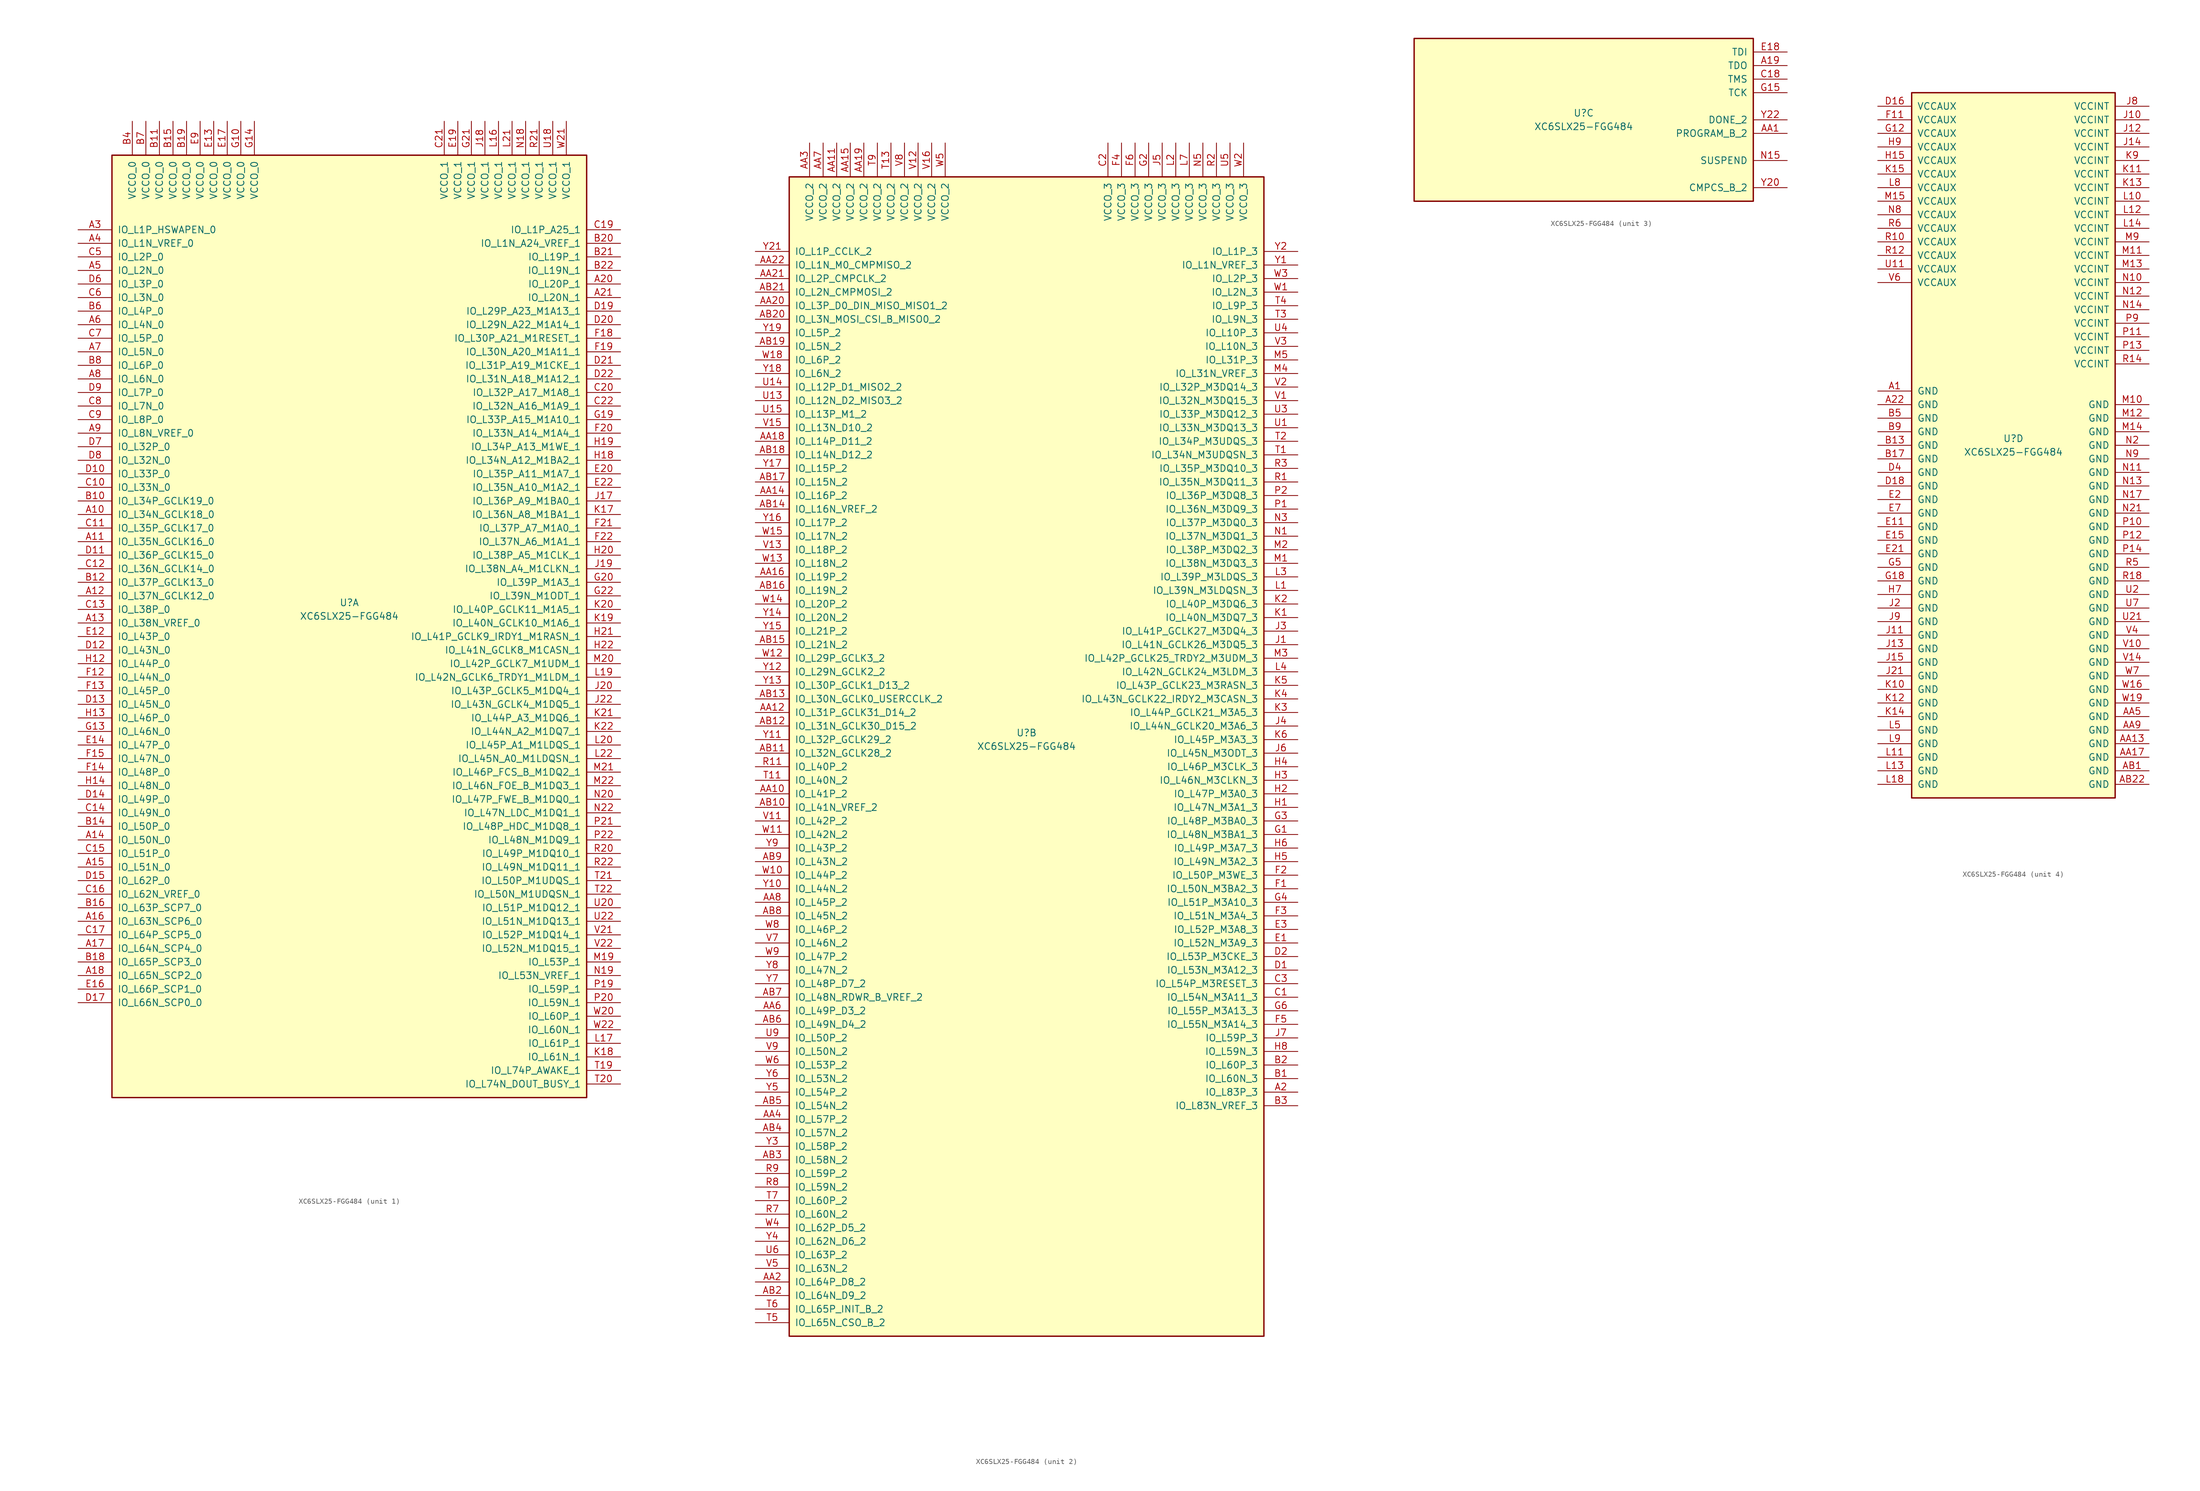
<source format=kicad_sym>
(kicad_symbol_lib
  (version 20201005)
  (generator kicad_symbol_editor)
  (symbol "FPGA_Xilinx_Spartan6:XC6SLX25-FGG484"
    (pin_names
      (offset 1.016))
    (property "Reference" "U"
      (at 0 1.27 0)
      (effects (font (size 1.27 1.27))))
    (property "Value" "XC6SLX25-FGG484"
      (at 0 -1.27 0)
      (effects (font (size 1.27 1.27))))
    (property "Datasheet" ""
      (at 0 0 0)
      (effects (font (size 1.27 1.27))))
    (property "ki_locked" ""
      (at 0 0 0)
      (effects (font (size 1.27 1.27))))
    (symbol "XC6SLX25-FGG484_1_1"
      (rectangle (start -44.45 85.09) (end 44.45 -91.44) (stroke (width 0.254)) (fill (type background)))
      (pin power_in line (at -40.64 91.44 270) (length 6.35) (name "VCCO_0" (effects (font (size 1.27 1.27)))) (number "B4" (effects (font (size 1.27 1.27)))))
      (pin power_in line (at -38.1 91.44 270) (length 6.35) (name "VCCO_0" (effects (font (size 1.27 1.27)))) (number "B7" (effects (font (size 1.27 1.27)))))
      (pin power_in line (at -35.56 91.44 270) (length 6.35) (name "VCCO_0" (effects (font (size 1.27 1.27)))) (number "B11" (effects (font (size 1.27 1.27)))))
      (pin power_in line (at -33.02 91.44 270) (length 6.35) (name "VCCO_0" (effects (font (size 1.27 1.27)))) (number "B15" (effects (font (size 1.27 1.27)))))
      (pin power_in line (at -30.48 91.44 270) (length 6.35) (name "VCCO_0" (effects (font (size 1.27 1.27)))) (number "B19" (effects (font (size 1.27 1.27)))))
      (pin power_in line (at -27.94 91.44 270) (length 6.35) (name "VCCO_0" (effects (font (size 1.27 1.27)))) (number "E9" (effects (font (size 1.27 1.27)))))
      (pin power_in line (at -25.4 91.44 270) (length 6.35) (name "VCCO_0" (effects (font (size 1.27 1.27)))) (number "E13" (effects (font (size 1.27 1.27)))))
      (pin power_in line (at -22.86 91.44 270) (length 6.35) (name "VCCO_0" (effects (font (size 1.27 1.27)))) (number "E17" (effects (font (size 1.27 1.27)))))
      (pin power_in line (at -20.32 91.44 270) (length 6.35) (name "VCCO_0" (effects (font (size 1.27 1.27)))) (number "G10" (effects (font (size 1.27 1.27)))))
      (pin power_in line (at -17.78 91.44 270) (length 6.35) (name "VCCO_0" (effects (font (size 1.27 1.27)))) (number "G14" (effects (font (size 1.27 1.27)))))
      (pin bidirectional line (at -50.8 71.12 0) (length 6.35) (name "IO_L1P_HSWAPEN_0" (effects (font (size 1.27 1.27)))) (number "A3" (effects (font (size 1.27 1.27)))))
      (pin bidirectional line (at -50.8 68.58 0) (length 6.35) (name "IO_L1N_VREF_0" (effects (font (size 1.27 1.27)))) (number "A4" (effects (font (size 1.27 1.27)))))
      (pin bidirectional line (at -50.8 66.04 0) (length 6.35) (name "IO_L2P_0" (effects (font (size 1.27 1.27)))) (number "C5" (effects (font (size 1.27 1.27)))))
      (pin bidirectional line (at -50.8 63.5 0) (length 6.35) (name "IO_L2N_0" (effects (font (size 1.27 1.27)))) (number "A5" (effects (font (size 1.27 1.27)))))
      (pin bidirectional line (at -50.8 60.96 0) (length 6.35) (name "IO_L3P_0" (effects (font (size 1.27 1.27)))) (number "D6" (effects (font (size 1.27 1.27)))))
      (pin bidirectional line (at -50.8 58.42 0) (length 6.35) (name "IO_L3N_0" (effects (font (size 1.27 1.27)))) (number "C6" (effects (font (size 1.27 1.27)))))
      (pin bidirectional line (at -50.8 55.88 0) (length 6.35) (name "IO_L4P_0" (effects (font (size 1.27 1.27)))) (number "B6" (effects (font (size 1.27 1.27)))))
      (pin bidirectional line (at -50.8 53.34 0) (length 6.35) (name "IO_L4N_0" (effects (font (size 1.27 1.27)))) (number "A6" (effects (font (size 1.27 1.27)))))
      (pin bidirectional line (at -50.8 50.8 0) (length 6.35) (name "IO_L5P_0" (effects (font (size 1.27 1.27)))) (number "C7" (effects (font (size 1.27 1.27)))))
      (pin bidirectional line (at -50.8 48.26 0) (length 6.35) (name "IO_L5N_0" (effects (font (size 1.27 1.27)))) (number "A7" (effects (font (size 1.27 1.27)))))
      (pin bidirectional line (at -50.8 45.72 0) (length 6.35) (name "IO_L6P_0" (effects (font (size 1.27 1.27)))) (number "B8" (effects (font (size 1.27 1.27)))))
      (pin bidirectional line (at -50.8 43.18 0) (length 6.35) (name "IO_L6N_0" (effects (font (size 1.27 1.27)))) (number "A8" (effects (font (size 1.27 1.27)))))
      (pin bidirectional line (at -50.8 40.64 0) (length 6.35) (name "IO_L7P_0" (effects (font (size 1.27 1.27)))) (number "D9" (effects (font (size 1.27 1.27)))))
      (pin bidirectional line (at -50.8 38.1 0) (length 6.35) (name "IO_L7N_0" (effects (font (size 1.27 1.27)))) (number "C8" (effects (font (size 1.27 1.27)))))
      (pin bidirectional line (at -50.8 35.56 0) (length 6.35) (name "IO_L8P_0" (effects (font (size 1.27 1.27)))) (number "C9" (effects (font (size 1.27 1.27)))))
      (pin bidirectional line (at -50.8 33.02 0) (length 6.35) (name "IO_L8N_VREF_0" (effects (font (size 1.27 1.27)))) (number "A9" (effects (font (size 1.27 1.27)))))
      (pin bidirectional line (at -50.8 30.48 0) (length 6.35) (name "IO_L32P_0" (effects (font (size 1.27 1.27)))) (number "D7" (effects (font (size 1.27 1.27)))))
      (pin bidirectional line (at -50.8 27.94 0) (length 6.35) (name "IO_L32N_0" (effects (font (size 1.27 1.27)))) (number "D8" (effects (font (size 1.27 1.27)))))
      (pin bidirectional line (at -50.8 25.4 0) (length 6.35) (name "IO_L33P_0" (effects (font (size 1.27 1.27)))) (number "D10" (effects (font (size 1.27 1.27)))))
      (pin bidirectional line (at -50.8 22.86 0) (length 6.35) (name "IO_L33N_0" (effects (font (size 1.27 1.27)))) (number "C10" (effects (font (size 1.27 1.27)))))
      (pin bidirectional line (at -50.8 20.32 0) (length 6.35) (name "IO_L34P_GCLK19_0" (effects (font (size 1.27 1.27)))) (number "B10" (effects (font (size 1.27 1.27)))))
      (pin bidirectional line (at -50.8 17.78 0) (length 6.35) (name "IO_L34N_GCLK18_0" (effects (font (size 1.27 1.27)))) (number "A10" (effects (font (size 1.27 1.27)))))
      (pin bidirectional line (at -50.8 15.24 0) (length 6.35) (name "IO_L35P_GCLK17_0" (effects (font (size 1.27 1.27)))) (number "C11" (effects (font (size 1.27 1.27)))))
      (pin bidirectional line (at -50.8 12.7 0) (length 6.35) (name "IO_L35N_GCLK16_0" (effects (font (size 1.27 1.27)))) (number "A11" (effects (font (size 1.27 1.27)))))
      (pin bidirectional line (at -50.8 10.16 0) (length 6.35) (name "IO_L36P_GCLK15_0" (effects (font (size 1.27 1.27)))) (number "D11" (effects (font (size 1.27 1.27)))))
      (pin bidirectional line (at -50.8 7.62 0) (length 6.35) (name "IO_L36N_GCLK14_0" (effects (font (size 1.27 1.27)))) (number "C12" (effects (font (size 1.27 1.27)))))
      (pin bidirectional line (at -50.8 5.08 0) (length 6.35) (name "IO_L37P_GCLK13_0" (effects (font (size 1.27 1.27)))) (number "B12" (effects (font (size 1.27 1.27)))))
      (pin bidirectional line (at -50.8 2.54 0) (length 6.35) (name "IO_L37N_GCLK12_0" (effects (font (size 1.27 1.27)))) (number "A12" (effects (font (size 1.27 1.27)))))
      (pin bidirectional line (at -50.8 0 0) (length 6.35) (name "IO_L38P_0" (effects (font (size 1.27 1.27)))) (number "C13" (effects (font (size 1.27 1.27)))))
      (pin bidirectional line (at -50.8 -2.54 0) (length 6.35) (name "IO_L38N_VREF_0" (effects (font (size 1.27 1.27)))) (number "A13" (effects (font (size 1.27 1.27)))))
      (pin bidirectional line (at -50.8 -5.08 0) (length 6.35) (name "IO_L43P_0" (effects (font (size 1.27 1.27)))) (number "E12" (effects (font (size 1.27 1.27)))))
      (pin bidirectional line (at -50.8 -7.62 0) (length 6.35) (name "IO_L43N_0" (effects (font (size 1.27 1.27)))) (number "D12" (effects (font (size 1.27 1.27)))))
      (pin bidirectional line (at -50.8 -10.16 0) (length 6.35) (name "IO_L44P_0" (effects (font (size 1.27 1.27)))) (number "H12" (effects (font (size 1.27 1.27)))))
      (pin bidirectional line (at -50.8 -12.7 0) (length 6.35) (name "IO_L44N_0" (effects (font (size 1.27 1.27)))) (number "F12" (effects (font (size 1.27 1.27)))))
      (pin bidirectional line (at -50.8 -15.24 0) (length 6.35) (name "IO_L45P_0" (effects (font (size 1.27 1.27)))) (number "F13" (effects (font (size 1.27 1.27)))))
      (pin bidirectional line (at -50.8 -17.78 0) (length 6.35) (name "IO_L45N_0" (effects (font (size 1.27 1.27)))) (number "D13" (effects (font (size 1.27 1.27)))))
      (pin bidirectional line (at -50.8 -20.32 0) (length 6.35) (name "IO_L46P_0" (effects (font (size 1.27 1.27)))) (number "H13" (effects (font (size 1.27 1.27)))))
      (pin bidirectional line (at -50.8 -22.86 0) (length 6.35) (name "IO_L46N_0" (effects (font (size 1.27 1.27)))) (number "G13" (effects (font (size 1.27 1.27)))))
      (pin bidirectional line (at -50.8 -25.4 0) (length 6.35) (name "IO_L47P_0" (effects (font (size 1.27 1.27)))) (number "E14" (effects (font (size 1.27 1.27)))))
      (pin bidirectional line (at -50.8 -27.94 0) (length 6.35) (name "IO_L47N_0" (effects (font (size 1.27 1.27)))) (number "F15" (effects (font (size 1.27 1.27)))))
      (pin bidirectional line (at -50.8 -30.48 0) (length 6.35) (name "IO_L48P_0" (effects (font (size 1.27 1.27)))) (number "F14" (effects (font (size 1.27 1.27)))))
      (pin bidirectional line (at -50.8 -33.02 0) (length 6.35) (name "IO_L48N_0" (effects (font (size 1.27 1.27)))) (number "H14" (effects (font (size 1.27 1.27)))))
      (pin bidirectional line (at -50.8 -35.56 0) (length 6.35) (name "IO_L49P_0" (effects (font (size 1.27 1.27)))) (number "D14" (effects (font (size 1.27 1.27)))))
      (pin bidirectional line (at -50.8 -38.1 0) (length 6.35) (name "IO_L49N_0" (effects (font (size 1.27 1.27)))) (number "C14" (effects (font (size 1.27 1.27)))))
      (pin bidirectional line (at -50.8 -40.64 0) (length 6.35) (name "IO_L50P_0" (effects (font (size 1.27 1.27)))) (number "B14" (effects (font (size 1.27 1.27)))))
      (pin bidirectional line (at -50.8 -43.18 0) (length 6.35) (name "IO_L50N_0" (effects (font (size 1.27 1.27)))) (number "A14" (effects (font (size 1.27 1.27)))))
      (pin bidirectional line (at -50.8 -45.72 0) (length 6.35) (name "IO_L51P_0" (effects (font (size 1.27 1.27)))) (number "C15" (effects (font (size 1.27 1.27)))))
      (pin bidirectional line (at -50.8 -48.26 0) (length 6.35) (name "IO_L51N_0" (effects (font (size 1.27 1.27)))) (number "A15" (effects (font (size 1.27 1.27)))))
      (pin bidirectional line (at -50.8 -50.8 0) (length 6.35) (name "IO_L62P_0" (effects (font (size 1.27 1.27)))) (number "D15" (effects (font (size 1.27 1.27)))))
      (pin bidirectional line (at -50.8 -53.34 0) (length 6.35) (name "IO_L62N_VREF_0" (effects (font (size 1.27 1.27)))) (number "C16" (effects (font (size 1.27 1.27)))))
      (pin bidirectional line (at -50.8 -55.88 0) (length 6.35) (name "IO_L63P_SCP7_0" (effects (font (size 1.27 1.27)))) (number "B16" (effects (font (size 1.27 1.27)))))
      (pin bidirectional line (at -50.8 -58.42 0) (length 6.35) (name "IO_L63N_SCP6_0" (effects (font (size 1.27 1.27)))) (number "A16" (effects (font (size 1.27 1.27)))))
      (pin bidirectional line (at -50.8 -60.96 0) (length 6.35) (name "IO_L64P_SCP5_0" (effects (font (size 1.27 1.27)))) (number "C17" (effects (font (size 1.27 1.27)))))
      (pin bidirectional line (at -50.8 -63.5 0) (length 6.35) (name "IO_L64N_SCP4_0" (effects (font (size 1.27 1.27)))) (number "A17" (effects (font (size 1.27 1.27)))))
      (pin bidirectional line (at -50.8 -66.04 0) (length 6.35) (name "IO_L65P_SCP3_0" (effects (font (size 1.27 1.27)))) (number "B18" (effects (font (size 1.27 1.27)))))
      (pin bidirectional line (at -50.8 -68.58 0) (length 6.35) (name "IO_L65N_SCP2_0" (effects (font (size 1.27 1.27)))) (number "A18" (effects (font (size 1.27 1.27)))))
      (pin bidirectional line (at -50.8 -71.12 0) (length 6.35) (name "IO_L66P_SCP1_0" (effects (font (size 1.27 1.27)))) (number "E16" (effects (font (size 1.27 1.27)))))
      (pin bidirectional line (at -50.8 -73.66 0) (length 6.35) (name "IO_L66N_SCP0_0" (effects (font (size 1.27 1.27)))) (number "D17" (effects (font (size 1.27 1.27)))))
      (pin power_in line (at 17.78 91.44 270) (length 6.35) (name "VCCO_1" (effects (font (size 1.27 1.27)))) (number "C21" (effects (font (size 1.27 1.27)))))
      (pin power_in line (at 20.32 91.44 270) (length 6.35) (name "VCCO_1" (effects (font (size 1.27 1.27)))) (number "E19" (effects (font (size 1.27 1.27)))))
      (pin power_in line (at 22.86 91.44 270) (length 6.35) (name "VCCO_1" (effects (font (size 1.27 1.27)))) (number "G21" (effects (font (size 1.27 1.27)))))
      (pin power_in line (at 25.4 91.44 270) (length 6.35) (name "VCCO_1" (effects (font (size 1.27 1.27)))) (number "J18" (effects (font (size 1.27 1.27)))))
      (pin power_in line (at 27.94 91.44 270) (length 6.35) (name "VCCO_1" (effects (font (size 1.27 1.27)))) (number "L16" (effects (font (size 1.27 1.27)))))
      (pin power_in line (at 30.48 91.44 270) (length 6.35) (name "VCCO_1" (effects (font (size 1.27 1.27)))) (number "L21" (effects (font (size 1.27 1.27)))))
      (pin power_in line (at 33.02 91.44 270) (length 6.35) (name "VCCO_1" (effects (font (size 1.27 1.27)))) (number "N18" (effects (font (size 1.27 1.27)))))
      (pin power_in line (at 35.56 91.44 270) (length 6.35) (name "VCCO_1" (effects (font (size 1.27 1.27)))) (number "R21" (effects (font (size 1.27 1.27)))))
      (pin power_in line (at 38.1 91.44 270) (length 6.35) (name "VCCO_1" (effects (font (size 1.27 1.27)))) (number "U18" (effects (font (size 1.27 1.27)))))
      (pin power_in line (at 40.64 91.44 270) (length 6.35) (name "VCCO_1" (effects (font (size 1.27 1.27)))) (number "W21" (effects (font (size 1.27 1.27)))))
      (pin bidirectional line (at 50.8 71.12 180) (length 6.35) (name "IO_L1P_A25_1" (effects (font (size 1.27 1.27)))) (number "C19" (effects (font (size 1.27 1.27)))))
      (pin bidirectional line (at 50.8 68.58 180) (length 6.35) (name "IO_L1N_A24_VREF_1" (effects (font (size 1.27 1.27)))) (number "B20" (effects (font (size 1.27 1.27)))))
      (pin bidirectional line (at 50.8 66.04 180) (length 6.35) (name "IO_L19P_1" (effects (font (size 1.27 1.27)))) (number "B21" (effects (font (size 1.27 1.27)))))
      (pin bidirectional line (at 50.8 63.5 180) (length 6.35) (name "IO_L19N_1" (effects (font (size 1.27 1.27)))) (number "B22" (effects (font (size 1.27 1.27)))))
      (pin bidirectional line (at 50.8 60.96 180) (length 6.35) (name "IO_L20P_1" (effects (font (size 1.27 1.27)))) (number "A20" (effects (font (size 1.27 1.27)))))
      (pin bidirectional line (at 50.8 58.42 180) (length 6.35) (name "IO_L20N_1" (effects (font (size 1.27 1.27)))) (number "A21" (effects (font (size 1.27 1.27)))))
      (pin bidirectional line (at 50.8 55.88 180) (length 6.35) (name "IO_L29P_A23_M1A13_1" (effects (font (size 1.27 1.27)))) (number "D19" (effects (font (size 1.27 1.27)))))
      (pin bidirectional line (at 50.8 53.34 180) (length 6.35) (name "IO_L29N_A22_M1A14_1" (effects (font (size 1.27 1.27)))) (number "D20" (effects (font (size 1.27 1.27)))))
      (pin bidirectional line (at 50.8 50.8 180) (length 6.35) (name "IO_L30P_A21_M1RESET_1" (effects (font (size 1.27 1.27)))) (number "F18" (effects (font (size 1.27 1.27)))))
      (pin bidirectional line (at 50.8 48.26 180) (length 6.35) (name "IO_L30N_A20_M1A11_1" (effects (font (size 1.27 1.27)))) (number "F19" (effects (font (size 1.27 1.27)))))
      (pin bidirectional line (at 50.8 45.72 180) (length 6.35) (name "IO_L31P_A19_M1CKE_1" (effects (font (size 1.27 1.27)))) (number "D21" (effects (font (size 1.27 1.27)))))
      (pin bidirectional line (at 50.8 43.18 180) (length 6.35) (name "IO_L31N_A18_M1A12_1" (effects (font (size 1.27 1.27)))) (number "D22" (effects (font (size 1.27 1.27)))))
      (pin bidirectional line (at 50.8 40.64 180) (length 6.35) (name "IO_L32P_A17_M1A8_1" (effects (font (size 1.27 1.27)))) (number "C20" (effects (font (size 1.27 1.27)))))
      (pin bidirectional line (at 50.8 38.1 180) (length 6.35) (name "IO_L32N_A16_M1A9_1" (effects (font (size 1.27 1.27)))) (number "C22" (effects (font (size 1.27 1.27)))))
      (pin bidirectional line (at 50.8 35.56 180) (length 6.35) (name "IO_L33P_A15_M1A10_1" (effects (font (size 1.27 1.27)))) (number "G19" (effects (font (size 1.27 1.27)))))
      (pin bidirectional line (at 50.8 33.02 180) (length 6.35) (name "IO_L33N_A14_M1A4_1" (effects (font (size 1.27 1.27)))) (number "F20" (effects (font (size 1.27 1.27)))))
      (pin bidirectional line (at 50.8 30.48 180) (length 6.35) (name "IO_L34P_A13_M1WE_1" (effects (font (size 1.27 1.27)))) (number "H19" (effects (font (size 1.27 1.27)))))
      (pin bidirectional line (at 50.8 27.94 180) (length 6.35) (name "IO_L34N_A12_M1BA2_1" (effects (font (size 1.27 1.27)))) (number "H18" (effects (font (size 1.27 1.27)))))
      (pin bidirectional line (at 50.8 25.4 180) (length 6.35) (name "IO_L35P_A11_M1A7_1" (effects (font (size 1.27 1.27)))) (number "E20" (effects (font (size 1.27 1.27)))))
      (pin bidirectional line (at 50.8 22.86 180) (length 6.35) (name "IO_L35N_A10_M1A2_1" (effects (font (size 1.27 1.27)))) (number "E22" (effects (font (size 1.27 1.27)))))
      (pin bidirectional line (at 50.8 20.32 180) (length 6.35) (name "IO_L36P_A9_M1BA0_1" (effects (font (size 1.27 1.27)))) (number "J17" (effects (font (size 1.27 1.27)))))
      (pin bidirectional line (at 50.8 17.78 180) (length 6.35) (name "IO_L36N_A8_M1BA1_1" (effects (font (size 1.27 1.27)))) (number "K17" (effects (font (size 1.27 1.27)))))
      (pin bidirectional line (at 50.8 15.24 180) (length 6.35) (name "IO_L37P_A7_M1A0_1" (effects (font (size 1.27 1.27)))) (number "F21" (effects (font (size 1.27 1.27)))))
      (pin bidirectional line (at 50.8 12.7 180) (length 6.35) (name "IO_L37N_A6_M1A1_1" (effects (font (size 1.27 1.27)))) (number "F22" (effects (font (size 1.27 1.27)))))
      (pin bidirectional line (at 50.8 10.16 180) (length 6.35) (name "IO_L38P_A5_M1CLK_1" (effects (font (size 1.27 1.27)))) (number "H20" (effects (font (size 1.27 1.27)))))
      (pin bidirectional line (at 50.8 7.62 180) (length 6.35) (name "IO_L38N_A4_M1CLKN_1" (effects (font (size 1.27 1.27)))) (number "J19" (effects (font (size 1.27 1.27)))))
      (pin bidirectional line (at 50.8 5.08 180) (length 6.35) (name "IO_L39P_M1A3_1" (effects (font (size 1.27 1.27)))) (number "G20" (effects (font (size 1.27 1.27)))))
      (pin bidirectional line (at 50.8 2.54 180) (length 6.35) (name "IO_L39N_M1ODT_1" (effects (font (size 1.27 1.27)))) (number "G22" (effects (font (size 1.27 1.27)))))
      (pin bidirectional line (at 50.8 0 180) (length 6.35) (name "IO_L40P_GCLK11_M1A5_1" (effects (font (size 1.27 1.27)))) (number "K20" (effects (font (size 1.27 1.27)))))
      (pin bidirectional line (at 50.8 -2.54 180) (length 6.35) (name "IO_L40N_GCLK10_M1A6_1" (effects (font (size 1.27 1.27)))) (number "K19" (effects (font (size 1.27 1.27)))))
      (pin bidirectional line (at 50.8 -5.08 180) (length 6.35) (name "IO_L41P_GCLK9_IRDY1_M1RASN_1" (effects (font (size 1.27 1.27)))) (number "H21" (effects (font (size 1.27 1.27)))))
      (pin bidirectional line (at 50.8 -7.62 180) (length 6.35) (name "IO_L41N_GCLK8_M1CASN_1" (effects (font (size 1.27 1.27)))) (number "H22" (effects (font (size 1.27 1.27)))))
      (pin bidirectional line (at 50.8 -10.16 180) (length 6.35) (name "IO_L42P_GCLK7_M1UDM_1" (effects (font (size 1.27 1.27)))) (number "M20" (effects (font (size 1.27 1.27)))))
      (pin bidirectional line (at 50.8 -12.7 180) (length 6.35) (name "IO_L42N_GCLK6_TRDY1_M1LDM_1" (effects (font (size 1.27 1.27)))) (number "L19" (effects (font (size 1.27 1.27)))))
      (pin bidirectional line (at 50.8 -15.24 180) (length 6.35) (name "IO_L43P_GCLK5_M1DQ4_1" (effects (font (size 1.27 1.27)))) (number "J20" (effects (font (size 1.27 1.27)))))
      (pin bidirectional line (at 50.8 -17.78 180) (length 6.35) (name "IO_L43N_GCLK4_M1DQ5_1" (effects (font (size 1.27 1.27)))) (number "J22" (effects (font (size 1.27 1.27)))))
      (pin bidirectional line (at 50.8 -20.32 180) (length 6.35) (name "IO_L44P_A3_M1DQ6_1" (effects (font (size 1.27 1.27)))) (number "K21" (effects (font (size 1.27 1.27)))))
      (pin bidirectional line (at 50.8 -22.86 180) (length 6.35) (name "IO_L44N_A2_M1DQ7_1" (effects (font (size 1.27 1.27)))) (number "K22" (effects (font (size 1.27 1.27)))))
      (pin bidirectional line (at 50.8 -25.4 180) (length 6.35) (name "IO_L45P_A1_M1LDQS_1" (effects (font (size 1.27 1.27)))) (number "L20" (effects (font (size 1.27 1.27)))))
      (pin bidirectional line (at 50.8 -27.94 180) (length 6.35) (name "IO_L45N_A0_M1LDQSN_1" (effects (font (size 1.27 1.27)))) (number "L22" (effects (font (size 1.27 1.27)))))
      (pin bidirectional line (at 50.8 -30.48 180) (length 6.35) (name "IO_L46P_FCS_B_M1DQ2_1" (effects (font (size 1.27 1.27)))) (number "M21" (effects (font (size 1.27 1.27)))))
      (pin bidirectional line (at 50.8 -33.02 180) (length 6.35) (name "IO_L46N_FOE_B_M1DQ3_1" (effects (font (size 1.27 1.27)))) (number "M22" (effects (font (size 1.27 1.27)))))
      (pin bidirectional line (at 50.8 -35.56 180) (length 6.35) (name "IO_L47P_FWE_B_M1DQ0_1" (effects (font (size 1.27 1.27)))) (number "N20" (effects (font (size 1.27 1.27)))))
      (pin bidirectional line (at 50.8 -38.1 180) (length 6.35) (name "IO_L47N_LDC_M1DQ1_1" (effects (font (size 1.27 1.27)))) (number "N22" (effects (font (size 1.27 1.27)))))
      (pin bidirectional line (at 50.8 -40.64 180) (length 6.35) (name "IO_L48P_HDC_M1DQ8_1" (effects (font (size 1.27 1.27)))) (number "P21" (effects (font (size 1.27 1.27)))))
      (pin bidirectional line (at 50.8 -43.18 180) (length 6.35) (name "IO_L48N_M1DQ9_1" (effects (font (size 1.27 1.27)))) (number "P22" (effects (font (size 1.27 1.27)))))
      (pin bidirectional line (at 50.8 -45.72 180) (length 6.35) (name "IO_L49P_M1DQ10_1" (effects (font (size 1.27 1.27)))) (number "R20" (effects (font (size 1.27 1.27)))))
      (pin bidirectional line (at 50.8 -48.26 180) (length 6.35) (name "IO_L49N_M1DQ11_1" (effects (font (size 1.27 1.27)))) (number "R22" (effects (font (size 1.27 1.27)))))
      (pin bidirectional line (at 50.8 -50.8 180) (length 6.35) (name "IO_L50P_M1UDQS_1" (effects (font (size 1.27 1.27)))) (number "T21" (effects (font (size 1.27 1.27)))))
      (pin bidirectional line (at 50.8 -53.34 180) (length 6.35) (name "IO_L50N_M1UDQSN_1" (effects (font (size 1.27 1.27)))) (number "T22" (effects (font (size 1.27 1.27)))))
      (pin bidirectional line (at 50.8 -55.88 180) (length 6.35) (name "IO_L51P_M1DQ12_1" (effects (font (size 1.27 1.27)))) (number "U20" (effects (font (size 1.27 1.27)))))
      (pin bidirectional line (at 50.8 -58.42 180) (length 6.35) (name "IO_L51N_M1DQ13_1" (effects (font (size 1.27 1.27)))) (number "U22" (effects (font (size 1.27 1.27)))))
      (pin bidirectional line (at 50.8 -60.96 180) (length 6.35) (name "IO_L52P_M1DQ14_1" (effects (font (size 1.27 1.27)))) (number "V21" (effects (font (size 1.27 1.27)))))
      (pin bidirectional line (at 50.8 -63.5 180) (length 6.35) (name "IO_L52N_M1DQ15_1" (effects (font (size 1.27 1.27)))) (number "V22" (effects (font (size 1.27 1.27)))))
      (pin bidirectional line (at 50.8 -66.04 180) (length 6.35) (name "IO_L53P_1" (effects (font (size 1.27 1.27)))) (number "M19" (effects (font (size 1.27 1.27)))))
      (pin bidirectional line (at 50.8 -68.58 180) (length 6.35) (name "IO_L53N_VREF_1" (effects (font (size 1.27 1.27)))) (number "N19" (effects (font (size 1.27 1.27)))))
      (pin bidirectional line (at 50.8 -71.12 180) (length 6.35) (name "IO_L59P_1" (effects (font (size 1.27 1.27)))) (number "P19" (effects (font (size 1.27 1.27)))))
      (pin bidirectional line (at 50.8 -73.66 180) (length 6.35) (name "IO_L59N_1" (effects (font (size 1.27 1.27)))) (number "P20" (effects (font (size 1.27 1.27)))))
      (pin bidirectional line (at 50.8 -76.2 180) (length 6.35) (name "IO_L60P_1" (effects (font (size 1.27 1.27)))) (number "W20" (effects (font (size 1.27 1.27)))))
      (pin bidirectional line (at 50.8 -78.74 180) (length 6.35) (name "IO_L60N_1" (effects (font (size 1.27 1.27)))) (number "W22" (effects (font (size 1.27 1.27)))))
      (pin bidirectional line (at 50.8 -81.28 180) (length 6.35) (name "IO_L61P_1" (effects (font (size 1.27 1.27)))) (number "L17" (effects (font (size 1.27 1.27)))))
      (pin bidirectional line (at 50.8 -83.82 180) (length 6.35) (name "IO_L61N_1" (effects (font (size 1.27 1.27)))) (number "K18" (effects (font (size 1.27 1.27)))))
      (pin bidirectional line (at 50.8 -86.36 180) (length 6.35) (name "IO_L74P_AWAKE_1" (effects (font (size 1.27 1.27)))) (number "T19" (effects (font (size 1.27 1.27)))))
      (pin bidirectional line (at 50.8 -88.9 180) (length 6.35) (name "IO_L74N_DOUT_BUSY_1" (effects (font (size 1.27 1.27)))) (number "T20" (effects (font (size 1.27 1.27))))))
    (symbol "XC6SLX25-FGG484_2_1"
      (rectangle (start -44.45 105.41) (end 44.45 -111.76) (stroke (width 0.254)) (fill (type background)))
      (pin power_in line (at -40.64 111.76 270) (length 6.35) (name "VCCO_2" (effects (font (size 1.27 1.27)))) (number "AA3" (effects (font (size 1.27 1.27)))))
      (pin power_in line (at -38.1 111.76 270) (length 6.35) (name "VCCO_2" (effects (font (size 1.27 1.27)))) (number "AA7" (effects (font (size 1.27 1.27)))))
      (pin power_in line (at -35.56 111.76 270) (length 6.35) (name "VCCO_2" (effects (font (size 1.27 1.27)))) (number "AA11" (effects (font (size 1.27 1.27)))))
      (pin power_in line (at -33.02 111.76 270) (length 6.35) (name "VCCO_2" (effects (font (size 1.27 1.27)))) (number "AA15" (effects (font (size 1.27 1.27)))))
      (pin power_in line (at -30.48 111.76 270) (length 6.35) (name "VCCO_2" (effects (font (size 1.27 1.27)))) (number "AA19" (effects (font (size 1.27 1.27)))))
      (pin power_in line (at -27.94 111.76 270) (length 6.35) (name "VCCO_2" (effects (font (size 1.27 1.27)))) (number "T9" (effects (font (size 1.27 1.27)))))
      (pin power_in line (at -25.4 111.76 270) (length 6.35) (name "VCCO_2" (effects (font (size 1.27 1.27)))) (number "T13" (effects (font (size 1.27 1.27)))))
      (pin power_in line (at -22.86 111.76 270) (length 6.35) (name "VCCO_2" (effects (font (size 1.27 1.27)))) (number "V8" (effects (font (size 1.27 1.27)))))
      (pin power_in line (at -20.32 111.76 270) (length 6.35) (name "VCCO_2" (effects (font (size 1.27 1.27)))) (number "V12" (effects (font (size 1.27 1.27)))))
      (pin power_in line (at -17.78 111.76 270) (length 6.35) (name "VCCO_2" (effects (font (size 1.27 1.27)))) (number "V16" (effects (font (size 1.27 1.27)))))
      (pin power_in line (at -15.24 111.76 270) (length 6.35) (name "VCCO_2" (effects (font (size 1.27 1.27)))) (number "W5" (effects (font (size 1.27 1.27)))))
      (pin bidirectional line (at -50.8 91.44 0) (length 6.35) (name "IO_L1P_CCLK_2" (effects (font (size 1.27 1.27)))) (number "Y21" (effects (font (size 1.27 1.27)))))
      (pin bidirectional line (at -50.8 88.9 0) (length 6.35) (name "IO_L1N_M0_CMPMISO_2" (effects (font (size 1.27 1.27)))) (number "AA22" (effects (font (size 1.27 1.27)))))
      (pin bidirectional line (at -50.8 86.36 0) (length 6.35) (name "IO_L2P_CMPCLK_2" (effects (font (size 1.27 1.27)))) (number "AA21" (effects (font (size 1.27 1.27)))))
      (pin bidirectional line (at -50.8 83.82 0) (length 6.35) (name "IO_L2N_CMPMOSI_2" (effects (font (size 1.27 1.27)))) (number "AB21" (effects (font (size 1.27 1.27)))))
      (pin bidirectional line (at -50.8 81.28 0) (length 6.35) (name "IO_L3P_D0_DIN_MISO_MISO1_2" (effects (font (size 1.27 1.27)))) (number "AA20" (effects (font (size 1.27 1.27)))))
      (pin bidirectional line (at -50.8 78.74 0) (length 6.35) (name "IO_L3N_MOSI_CSI_B_MISO0_2" (effects (font (size 1.27 1.27)))) (number "AB20" (effects (font (size 1.27 1.27)))))
      (pin bidirectional line (at -50.8 76.2 0) (length 6.35) (name "IO_L5P_2" (effects (font (size 1.27 1.27)))) (number "Y19" (effects (font (size 1.27 1.27)))))
      (pin bidirectional line (at -50.8 73.66 0) (length 6.35) (name "IO_L5N_2" (effects (font (size 1.27 1.27)))) (number "AB19" (effects (font (size 1.27 1.27)))))
      (pin bidirectional line (at -50.8 71.12 0) (length 6.35) (name "IO_L6P_2" (effects (font (size 1.27 1.27)))) (number "W18" (effects (font (size 1.27 1.27)))))
      (pin bidirectional line (at -50.8 68.58 0) (length 6.35) (name "IO_L6N_2" (effects (font (size 1.27 1.27)))) (number "Y18" (effects (font (size 1.27 1.27)))))
      (pin bidirectional line (at -50.8 66.04 0) (length 6.35) (name "IO_L12P_D1_MISO2_2" (effects (font (size 1.27 1.27)))) (number "U14" (effects (font (size 1.27 1.27)))))
      (pin bidirectional line (at -50.8 63.5 0) (length 6.35) (name "IO_L12N_D2_MISO3_2" (effects (font (size 1.27 1.27)))) (number "U13" (effects (font (size 1.27 1.27)))))
      (pin bidirectional line (at -50.8 60.96 0) (length 6.35) (name "IO_L13P_M1_2" (effects (font (size 1.27 1.27)))) (number "U15" (effects (font (size 1.27 1.27)))))
      (pin bidirectional line (at -50.8 58.42 0) (length 6.35) (name "IO_L13N_D10_2" (effects (font (size 1.27 1.27)))) (number "V15" (effects (font (size 1.27 1.27)))))
      (pin bidirectional line (at -50.8 55.88 0) (length 6.35) (name "IO_L14P_D11_2" (effects (font (size 1.27 1.27)))) (number "AA18" (effects (font (size 1.27 1.27)))))
      (pin bidirectional line (at -50.8 53.34 0) (length 6.35) (name "IO_L14N_D12_2" (effects (font (size 1.27 1.27)))) (number "AB18" (effects (font (size 1.27 1.27)))))
      (pin bidirectional line (at -50.8 50.8 0) (length 6.35) (name "IO_L15P_2" (effects (font (size 1.27 1.27)))) (number "Y17" (effects (font (size 1.27 1.27)))))
      (pin bidirectional line (at -50.8 48.26 0) (length 6.35) (name "IO_L15N_2" (effects (font (size 1.27 1.27)))) (number "AB17" (effects (font (size 1.27 1.27)))))
      (pin bidirectional line (at -50.8 45.72 0) (length 6.35) (name "IO_L16P_2" (effects (font (size 1.27 1.27)))) (number "AA14" (effects (font (size 1.27 1.27)))))
      (pin bidirectional line (at -50.8 43.18 0) (length 6.35) (name "IO_L16N_VREF_2" (effects (font (size 1.27 1.27)))) (number "AB14" (effects (font (size 1.27 1.27)))))
      (pin bidirectional line (at -50.8 40.64 0) (length 6.35) (name "IO_L17P_2" (effects (font (size 1.27 1.27)))) (number "Y16" (effects (font (size 1.27 1.27)))))
      (pin bidirectional line (at -50.8 38.1 0) (length 6.35) (name "IO_L17N_2" (effects (font (size 1.27 1.27)))) (number "W15" (effects (font (size 1.27 1.27)))))
      (pin bidirectional line (at -50.8 35.56 0) (length 6.35) (name "IO_L18P_2" (effects (font (size 1.27 1.27)))) (number "V13" (effects (font (size 1.27 1.27)))))
      (pin bidirectional line (at -50.8 33.02 0) (length 6.35) (name "IO_L18N_2" (effects (font (size 1.27 1.27)))) (number "W13" (effects (font (size 1.27 1.27)))))
      (pin bidirectional line (at -50.8 30.48 0) (length 6.35) (name "IO_L19P_2" (effects (font (size 1.27 1.27)))) (number "AA16" (effects (font (size 1.27 1.27)))))
      (pin bidirectional line (at -50.8 27.94 0) (length 6.35) (name "IO_L19N_2" (effects (font (size 1.27 1.27)))) (number "AB16" (effects (font (size 1.27 1.27)))))
      (pin bidirectional line (at -50.8 25.4 0) (length 6.35) (name "IO_L20P_2" (effects (font (size 1.27 1.27)))) (number "W14" (effects (font (size 1.27 1.27)))))
      (pin bidirectional line (at -50.8 22.86 0) (length 6.35) (name "IO_L20N_2" (effects (font (size 1.27 1.27)))) (number "Y14" (effects (font (size 1.27 1.27)))))
      (pin bidirectional line (at -50.8 20.32 0) (length 6.35) (name "IO_L21P_2" (effects (font (size 1.27 1.27)))) (number "Y15" (effects (font (size 1.27 1.27)))))
      (pin bidirectional line (at -50.8 17.78 0) (length 6.35) (name "IO_L21N_2" (effects (font (size 1.27 1.27)))) (number "AB15" (effects (font (size 1.27 1.27)))))
      (pin bidirectional line (at -50.8 15.24 0) (length 6.35) (name "IO_L29P_GCLK3_2" (effects (font (size 1.27 1.27)))) (number "W12" (effects (font (size 1.27 1.27)))))
      (pin bidirectional line (at -50.8 12.7 0) (length 6.35) (name "IO_L29N_GCLK2_2" (effects (font (size 1.27 1.27)))) (number "Y12" (effects (font (size 1.27 1.27)))))
      (pin bidirectional line (at -50.8 10.16 0) (length 6.35) (name "IO_L30P_GCLK1_D13_2" (effects (font (size 1.27 1.27)))) (number "Y13" (effects (font (size 1.27 1.27)))))
      (pin bidirectional line (at -50.8 7.62 0) (length 6.35) (name "IO_L30N_GCLK0_USERCCLK_2" (effects (font (size 1.27 1.27)))) (number "AB13" (effects (font (size 1.27 1.27)))))
      (pin bidirectional line (at -50.8 5.08 0) (length 6.35) (name "IO_L31P_GCLK31_D14_2" (effects (font (size 1.27 1.27)))) (number "AA12" (effects (font (size 1.27 1.27)))))
      (pin bidirectional line (at -50.8 2.54 0) (length 6.35) (name "IO_L31N_GCLK30_D15_2" (effects (font (size 1.27 1.27)))) (number "AB12" (effects (font (size 1.27 1.27)))))
      (pin bidirectional line (at -50.8 0 0) (length 6.35) (name "IO_L32P_GCLK29_2" (effects (font (size 1.27 1.27)))) (number "Y11" (effects (font (size 1.27 1.27)))))
      (pin bidirectional line (at -50.8 -2.54 0) (length 6.35) (name "IO_L32N_GCLK28_2" (effects (font (size 1.27 1.27)))) (number "AB11" (effects (font (size 1.27 1.27)))))
      (pin bidirectional line (at -50.8 -5.08 0) (length 6.35) (name "IO_L40P_2" (effects (font (size 1.27 1.27)))) (number "R11" (effects (font (size 1.27 1.27)))))
      (pin bidirectional line (at -50.8 -7.62 0) (length 6.35) (name "IO_L40N_2" (effects (font (size 1.27 1.27)))) (number "T11" (effects (font (size 1.27 1.27)))))
      (pin bidirectional line (at -50.8 -10.16 0) (length 6.35) (name "IO_L41P_2" (effects (font (size 1.27 1.27)))) (number "AA10" (effects (font (size 1.27 1.27)))))
      (pin bidirectional line (at -50.8 -12.7 0) (length 6.35) (name "IO_L41N_VREF_2" (effects (font (size 1.27 1.27)))) (number "AB10" (effects (font (size 1.27 1.27)))))
      (pin bidirectional line (at -50.8 -15.24 0) (length 6.35) (name "IO_L42P_2" (effects (font (size 1.27 1.27)))) (number "V11" (effects (font (size 1.27 1.27)))))
      (pin bidirectional line (at -50.8 -17.78 0) (length 6.35) (name "IO_L42N_2" (effects (font (size 1.27 1.27)))) (number "W11" (effects (font (size 1.27 1.27)))))
      (pin bidirectional line (at -50.8 -20.32 0) (length 6.35) (name "IO_L43P_2" (effects (font (size 1.27 1.27)))) (number "Y9" (effects (font (size 1.27 1.27)))))
      (pin bidirectional line (at -50.8 -22.86 0) (length 6.35) (name "IO_L43N_2" (effects (font (size 1.27 1.27)))) (number "AB9" (effects (font (size 1.27 1.27)))))
      (pin bidirectional line (at -50.8 -25.4 0) (length 6.35) (name "IO_L44P_2" (effects (font (size 1.27 1.27)))) (number "W10" (effects (font (size 1.27 1.27)))))
      (pin bidirectional line (at -50.8 -27.94 0) (length 6.35) (name "IO_L44N_2" (effects (font (size 1.27 1.27)))) (number "Y10" (effects (font (size 1.27 1.27)))))
      (pin bidirectional line (at -50.8 -30.48 0) (length 6.35) (name "IO_L45P_2" (effects (font (size 1.27 1.27)))) (number "AA8" (effects (font (size 1.27 1.27)))))
      (pin bidirectional line (at -50.8 -33.02 0) (length 6.35) (name "IO_L45N_2" (effects (font (size 1.27 1.27)))) (number "AB8" (effects (font (size 1.27 1.27)))))
      (pin bidirectional line (at -50.8 -35.56 0) (length 6.35) (name "IO_L46P_2" (effects (font (size 1.27 1.27)))) (number "W8" (effects (font (size 1.27 1.27)))))
      (pin bidirectional line (at -50.8 -38.1 0) (length 6.35) (name "IO_L46N_2" (effects (font (size 1.27 1.27)))) (number "V7" (effects (font (size 1.27 1.27)))))
      (pin bidirectional line (at -50.8 -40.64 0) (length 6.35) (name "IO_L47P_2" (effects (font (size 1.27 1.27)))) (number "W9" (effects (font (size 1.27 1.27)))))
      (pin bidirectional line (at -50.8 -43.18 0) (length 6.35) (name "IO_L47N_2" (effects (font (size 1.27 1.27)))) (number "Y8" (effects (font (size 1.27 1.27)))))
      (pin bidirectional line (at -50.8 -45.72 0) (length 6.35) (name "IO_L48P_D7_2" (effects (font (size 1.27 1.27)))) (number "Y7" (effects (font (size 1.27 1.27)))))
      (pin bidirectional line (at -50.8 -48.26 0) (length 6.35) (name "IO_L48N_RDWR_B_VREF_2" (effects (font (size 1.27 1.27)))) (number "AB7" (effects (font (size 1.27 1.27)))))
      (pin bidirectional line (at -50.8 -50.8 0) (length 6.35) (name "IO_L49P_D3_2" (effects (font (size 1.27 1.27)))) (number "AA6" (effects (font (size 1.27 1.27)))))
      (pin bidirectional line (at -50.8 -53.34 0) (length 6.35) (name "IO_L49N_D4_2" (effects (font (size 1.27 1.27)))) (number "AB6" (effects (font (size 1.27 1.27)))))
      (pin bidirectional line (at -50.8 -55.88 0) (length 6.35) (name "IO_L50P_2" (effects (font (size 1.27 1.27)))) (number "U9" (effects (font (size 1.27 1.27)))))
      (pin bidirectional line (at -50.8 -58.42 0) (length 6.35) (name "IO_L50N_2" (effects (font (size 1.27 1.27)))) (number "V9" (effects (font (size 1.27 1.27)))))
      (pin bidirectional line (at -50.8 -60.96 0) (length 6.35) (name "IO_L53P_2" (effects (font (size 1.27 1.27)))) (number "W6" (effects (font (size 1.27 1.27)))))
      (pin bidirectional line (at -50.8 -63.5 0) (length 6.35) (name "IO_L53N_2" (effects (font (size 1.27 1.27)))) (number "Y6" (effects (font (size 1.27 1.27)))))
      (pin bidirectional line (at -50.8 -66.04 0) (length 6.35) (name "IO_L54P_2" (effects (font (size 1.27 1.27)))) (number "Y5" (effects (font (size 1.27 1.27)))))
      (pin bidirectional line (at -50.8 -68.58 0) (length 6.35) (name "IO_L54N_2" (effects (font (size 1.27 1.27)))) (number "AB5" (effects (font (size 1.27 1.27)))))
      (pin bidirectional line (at -50.8 -71.12 0) (length 6.35) (name "IO_L57P_2" (effects (font (size 1.27 1.27)))) (number "AA4" (effects (font (size 1.27 1.27)))))
      (pin bidirectional line (at -50.8 -73.66 0) (length 6.35) (name "IO_L57N_2" (effects (font (size 1.27 1.27)))) (number "AB4" (effects (font (size 1.27 1.27)))))
      (pin bidirectional line (at -50.8 -76.2 0) (length 6.35) (name "IO_L58P_2" (effects (font (size 1.27 1.27)))) (number "Y3" (effects (font (size 1.27 1.27)))))
      (pin bidirectional line (at -50.8 -78.74 0) (length 6.35) (name "IO_L58N_2" (effects (font (size 1.27 1.27)))) (number "AB3" (effects (font (size 1.27 1.27)))))
      (pin bidirectional line (at -50.8 -81.28 0) (length 6.35) (name "IO_L59P_2" (effects (font (size 1.27 1.27)))) (number "R9" (effects (font (size 1.27 1.27)))))
      (pin bidirectional line (at -50.8 -83.82 0) (length 6.35) (name "IO_L59N_2" (effects (font (size 1.27 1.27)))) (number "R8" (effects (font (size 1.27 1.27)))))
      (pin bidirectional line (at -50.8 -86.36 0) (length 6.35) (name "IO_L60P_2" (effects (font (size 1.27 1.27)))) (number "T7" (effects (font (size 1.27 1.27)))))
      (pin bidirectional line (at -50.8 -88.9 0) (length 6.35) (name "IO_L60N_2" (effects (font (size 1.27 1.27)))) (number "R7" (effects (font (size 1.27 1.27)))))
      (pin bidirectional line (at -50.8 -91.44 0) (length 6.35) (name "IO_L62P_D5_2" (effects (font (size 1.27 1.27)))) (number "W4" (effects (font (size 1.27 1.27)))))
      (pin bidirectional line (at -50.8 -93.98 0) (length 6.35) (name "IO_L62N_D6_2" (effects (font (size 1.27 1.27)))) (number "Y4" (effects (font (size 1.27 1.27)))))
      (pin bidirectional line (at -50.8 -96.52 0) (length 6.35) (name "IO_L63P_2" (effects (font (size 1.27 1.27)))) (number "U6" (effects (font (size 1.27 1.27)))))
      (pin bidirectional line (at -50.8 -99.06 0) (length 6.35) (name "IO_L63N_2" (effects (font (size 1.27 1.27)))) (number "V5" (effects (font (size 1.27 1.27)))))
      (pin bidirectional line (at -50.8 -101.6 0) (length 6.35) (name "IO_L64P_D8_2" (effects (font (size 1.27 1.27)))) (number "AA2" (effects (font (size 1.27 1.27)))))
      (pin bidirectional line (at -50.8 -104.14 0) (length 6.35) (name "IO_L64N_D9_2" (effects (font (size 1.27 1.27)))) (number "AB2" (effects (font (size 1.27 1.27)))))
      (pin bidirectional line (at -50.8 -106.68 0) (length 6.35) (name "IO_L65P_INIT_B_2" (effects (font (size 1.27 1.27)))) (number "T6" (effects (font (size 1.27 1.27)))))
      (pin bidirectional line (at -50.8 -109.22 0) (length 6.35) (name "IO_L65N_CSO_B_2" (effects (font (size 1.27 1.27)))) (number "T5" (effects (font (size 1.27 1.27)))))
      (pin power_in line (at 15.24 111.76 270) (length 6.35) (name "VCCO_3" (effects (font (size 1.27 1.27)))) (number "C2" (effects (font (size 1.27 1.27)))))
      (pin power_in line (at 17.78 111.76 270) (length 6.35) (name "VCCO_3" (effects (font (size 1.27 1.27)))) (number "F4" (effects (font (size 1.27 1.27)))))
      (pin power_in line (at 20.32 111.76 270) (length 6.35) (name "VCCO_3" (effects (font (size 1.27 1.27)))) (number "F6" (effects (font (size 1.27 1.27)))))
      (pin power_in line (at 22.86 111.76 270) (length 6.35) (name "VCCO_3" (effects (font (size 1.27 1.27)))) (number "G2" (effects (font (size 1.27 1.27)))))
      (pin power_in line (at 25.4 111.76 270) (length 6.35) (name "VCCO_3" (effects (font (size 1.27 1.27)))) (number "J5" (effects (font (size 1.27 1.27)))))
      (pin power_in line (at 27.94 111.76 270) (length 6.35) (name "VCCO_3" (effects (font (size 1.27 1.27)))) (number "L2" (effects (font (size 1.27 1.27)))))
      (pin power_in line (at 30.48 111.76 270) (length 6.35) (name "VCCO_3" (effects (font (size 1.27 1.27)))) (number "L7" (effects (font (size 1.27 1.27)))))
      (pin power_in line (at 33.02 111.76 270) (length 6.35) (name "VCCO_3" (effects (font (size 1.27 1.27)))) (number "N5" (effects (font (size 1.27 1.27)))))
      (pin power_in line (at 35.56 111.76 270) (length 6.35) (name "VCCO_3" (effects (font (size 1.27 1.27)))) (number "R2" (effects (font (size 1.27 1.27)))))
      (pin power_in line (at 38.1 111.76 270) (length 6.35) (name "VCCO_3" (effects (font (size 1.27 1.27)))) (number "U5" (effects (font (size 1.27 1.27)))))
      (pin power_in line (at 40.64 111.76 270) (length 6.35) (name "VCCO_3" (effects (font (size 1.27 1.27)))) (number "W2" (effects (font (size 1.27 1.27)))))
      (pin bidirectional line (at 50.8 91.44 180) (length 6.35) (name "IO_L1P_3" (effects (font (size 1.27 1.27)))) (number "Y2" (effects (font (size 1.27 1.27)))))
      (pin bidirectional line (at 50.8 88.9 180) (length 6.35) (name "IO_L1N_VREF_3" (effects (font (size 1.27 1.27)))) (number "Y1" (effects (font (size 1.27 1.27)))))
      (pin bidirectional line (at 50.8 86.36 180) (length 6.35) (name "IO_L2P_3" (effects (font (size 1.27 1.27)))) (number "W3" (effects (font (size 1.27 1.27)))))
      (pin bidirectional line (at 50.8 83.82 180) (length 6.35) (name "IO_L2N_3" (effects (font (size 1.27 1.27)))) (number "W1" (effects (font (size 1.27 1.27)))))
      (pin bidirectional line (at 50.8 81.28 180) (length 6.35) (name "IO_L9P_3" (effects (font (size 1.27 1.27)))) (number "T4" (effects (font (size 1.27 1.27)))))
      (pin bidirectional line (at 50.8 78.74 180) (length 6.35) (name "IO_L9N_3" (effects (font (size 1.27 1.27)))) (number "T3" (effects (font (size 1.27 1.27)))))
      (pin bidirectional line (at 50.8 76.2 180) (length 6.35) (name "IO_L10P_3" (effects (font (size 1.27 1.27)))) (number "U4" (effects (font (size 1.27 1.27)))))
      (pin bidirectional line (at 50.8 73.66 180) (length 6.35) (name "IO_L10N_3" (effects (font (size 1.27 1.27)))) (number "V3" (effects (font (size 1.27 1.27)))))
      (pin bidirectional line (at 50.8 71.12 180) (length 6.35) (name "IO_L31P_3" (effects (font (size 1.27 1.27)))) (number "M5" (effects (font (size 1.27 1.27)))))
      (pin bidirectional line (at 50.8 68.58 180) (length 6.35) (name "IO_L31N_VREF_3" (effects (font (size 1.27 1.27)))) (number "M4" (effects (font (size 1.27 1.27)))))
      (pin bidirectional line (at 50.8 66.04 180) (length 6.35) (name "IO_L32P_M3DQ14_3" (effects (font (size 1.27 1.27)))) (number "V2" (effects (font (size 1.27 1.27)))))
      (pin bidirectional line (at 50.8 63.5 180) (length 6.35) (name "IO_L32N_M3DQ15_3" (effects (font (size 1.27 1.27)))) (number "V1" (effects (font (size 1.27 1.27)))))
      (pin bidirectional line (at 50.8 60.96 180) (length 6.35) (name "IO_L33P_M3DQ12_3" (effects (font (size 1.27 1.27)))) (number "U3" (effects (font (size 1.27 1.27)))))
      (pin bidirectional line (at 50.8 58.42 180) (length 6.35) (name "IO_L33N_M3DQ13_3" (effects (font (size 1.27 1.27)))) (number "U1" (effects (font (size 1.27 1.27)))))
      (pin bidirectional line (at 50.8 55.88 180) (length 6.35) (name "IO_L34P_M3UDQS_3" (effects (font (size 1.27 1.27)))) (number "T2" (effects (font (size 1.27 1.27)))))
      (pin bidirectional line (at 50.8 53.34 180) (length 6.35) (name "IO_L34N_M3UDQSN_3" (effects (font (size 1.27 1.27)))) (number "T1" (effects (font (size 1.27 1.27)))))
      (pin bidirectional line (at 50.8 50.8 180) (length 6.35) (name "IO_L35P_M3DQ10_3" (effects (font (size 1.27 1.27)))) (number "R3" (effects (font (size 1.27 1.27)))))
      (pin bidirectional line (at 50.8 48.26 180) (length 6.35) (name "IO_L35N_M3DQ11_3" (effects (font (size 1.27 1.27)))) (number "R1" (effects (font (size 1.27 1.27)))))
      (pin bidirectional line (at 50.8 45.72 180) (length 6.35) (name "IO_L36P_M3DQ8_3" (effects (font (size 1.27 1.27)))) (number "P2" (effects (font (size 1.27 1.27)))))
      (pin bidirectional line (at 50.8 43.18 180) (length 6.35) (name "IO_L36N_M3DQ9_3" (effects (font (size 1.27 1.27)))) (number "P1" (effects (font (size 1.27 1.27)))))
      (pin bidirectional line (at 50.8 40.64 180) (length 6.35) (name "IO_L37P_M3DQ0_3" (effects (font (size 1.27 1.27)))) (number "N3" (effects (font (size 1.27 1.27)))))
      (pin bidirectional line (at 50.8 38.1 180) (length 6.35) (name "IO_L37N_M3DQ1_3" (effects (font (size 1.27 1.27)))) (number "N1" (effects (font (size 1.27 1.27)))))
      (pin bidirectional line (at 50.8 35.56 180) (length 6.35) (name "IO_L38P_M3DQ2_3" (effects (font (size 1.27 1.27)))) (number "M2" (effects (font (size 1.27 1.27)))))
      (pin bidirectional line (at 50.8 33.02 180) (length 6.35) (name "IO_L38N_M3DQ3_3" (effects (font (size 1.27 1.27)))) (number "M1" (effects (font (size 1.27 1.27)))))
      (pin bidirectional line (at 50.8 30.48 180) (length 6.35) (name "IO_L39P_M3LDQS_3" (effects (font (size 1.27 1.27)))) (number "L3" (effects (font (size 1.27 1.27)))))
      (pin bidirectional line (at 50.8 27.94 180) (length 6.35) (name "IO_L39N_M3LDQSN_3" (effects (font (size 1.27 1.27)))) (number "L1" (effects (font (size 1.27 1.27)))))
      (pin bidirectional line (at 50.8 25.4 180) (length 6.35) (name "IO_L40P_M3DQ6_3" (effects (font (size 1.27 1.27)))) (number "K2" (effects (font (size 1.27 1.27)))))
      (pin bidirectional line (at 50.8 22.86 180) (length 6.35) (name "IO_L40N_M3DQ7_3" (effects (font (size 1.27 1.27)))) (number "K1" (effects (font (size 1.27 1.27)))))
      (pin bidirectional line (at 50.8 20.32 180) (length 6.35) (name "IO_L41P_GCLK27_M3DQ4_3" (effects (font (size 1.27 1.27)))) (number "J3" (effects (font (size 1.27 1.27)))))
      (pin bidirectional line (at 50.8 17.78 180) (length 6.35) (name "IO_L41N_GCLK26_M3DQ5_3" (effects (font (size 1.27 1.27)))) (number "J1" (effects (font (size 1.27 1.27)))))
      (pin bidirectional line (at 50.8 15.24 180) (length 6.35) (name "IO_L42P_GCLK25_TRDY2_M3UDM_3" (effects (font (size 1.27 1.27)))) (number "M3" (effects (font (size 1.27 1.27)))))
      (pin bidirectional line (at 50.8 12.7 180) (length 6.35) (name "IO_L42N_GCLK24_M3LDM_3" (effects (font (size 1.27 1.27)))) (number "L4" (effects (font (size 1.27 1.27)))))
      (pin bidirectional line (at 50.8 10.16 180) (length 6.35) (name "IO_L43P_GCLK23_M3RASN_3" (effects (font (size 1.27 1.27)))) (number "K5" (effects (font (size 1.27 1.27)))))
      (pin bidirectional line (at 50.8 7.62 180) (length 6.35) (name "IO_L43N_GCLK22_IRDY2_M3CASN_3" (effects (font (size 1.27 1.27)))) (number "K4" (effects (font (size 1.27 1.27)))))
      (pin bidirectional line (at 50.8 5.08 180) (length 6.35) (name "IO_L44P_GCLK21_M3A5_3" (effects (font (size 1.27 1.27)))) (number "K3" (effects (font (size 1.27 1.27)))))
      (pin bidirectional line (at 50.8 2.54 180) (length 6.35) (name "IO_L44N_GCLK20_M3A6_3" (effects (font (size 1.27 1.27)))) (number "J4" (effects (font (size 1.27 1.27)))))
      (pin bidirectional line (at 50.8 0 180) (length 6.35) (name "IO_L45P_M3A3_3" (effects (font (size 1.27 1.27)))) (number "K6" (effects (font (size 1.27 1.27)))))
      (pin bidirectional line (at 50.8 -2.54 180) (length 6.35) (name "IO_L45N_M3ODT_3" (effects (font (size 1.27 1.27)))) (number "J6" (effects (font (size 1.27 1.27)))))
      (pin bidirectional line (at 50.8 -5.08 180) (length 6.35) (name "IO_L46P_M3CLK_3" (effects (font (size 1.27 1.27)))) (number "H4" (effects (font (size 1.27 1.27)))))
      (pin bidirectional line (at 50.8 -7.62 180) (length 6.35) (name "IO_L46N_M3CLKN_3" (effects (font (size 1.27 1.27)))) (number "H3" (effects (font (size 1.27 1.27)))))
      (pin bidirectional line (at 50.8 -10.16 180) (length 6.35) (name "IO_L47P_M3A0_3" (effects (font (size 1.27 1.27)))) (number "H2" (effects (font (size 1.27 1.27)))))
      (pin bidirectional line (at 50.8 -12.7 180) (length 6.35) (name "IO_L47N_M3A1_3" (effects (font (size 1.27 1.27)))) (number "H1" (effects (font (size 1.27 1.27)))))
      (pin bidirectional line (at 50.8 -15.24 180) (length 6.35) (name "IO_L48P_M3BA0_3" (effects (font (size 1.27 1.27)))) (number "G3" (effects (font (size 1.27 1.27)))))
      (pin bidirectional line (at 50.8 -17.78 180) (length 6.35) (name "IO_L48N_M3BA1_3" (effects (font (size 1.27 1.27)))) (number "G1" (effects (font (size 1.27 1.27)))))
      (pin bidirectional line (at 50.8 -20.32 180) (length 6.35) (name "IO_L49P_M3A7_3" (effects (font (size 1.27 1.27)))) (number "H6" (effects (font (size 1.27 1.27)))))
      (pin bidirectional line (at 50.8 -22.86 180) (length 6.35) (name "IO_L49N_M3A2_3" (effects (font (size 1.27 1.27)))) (number "H5" (effects (font (size 1.27 1.27)))))
      (pin bidirectional line (at 50.8 -25.4 180) (length 6.35) (name "IO_L50P_M3WE_3" (effects (font (size 1.27 1.27)))) (number "F2" (effects (font (size 1.27 1.27)))))
      (pin bidirectional line (at 50.8 -27.94 180) (length 6.35) (name "IO_L50N_M3BA2_3" (effects (font (size 1.27 1.27)))) (number "F1" (effects (font (size 1.27 1.27)))))
      (pin bidirectional line (at 50.8 -30.48 180) (length 6.35) (name "IO_L51P_M3A10_3" (effects (font (size 1.27 1.27)))) (number "G4" (effects (font (size 1.27 1.27)))))
      (pin bidirectional line (at 50.8 -33.02 180) (length 6.35) (name "IO_L51N_M3A4_3" (effects (font (size 1.27 1.27)))) (number "F3" (effects (font (size 1.27 1.27)))))
      (pin bidirectional line (at 50.8 -35.56 180) (length 6.35) (name "IO_L52P_M3A8_3" (effects (font (size 1.27 1.27)))) (number "E3" (effects (font (size 1.27 1.27)))))
      (pin bidirectional line (at 50.8 -38.1 180) (length 6.35) (name "IO_L52N_M3A9_3" (effects (font (size 1.27 1.27)))) (number "E1" (effects (font (size 1.27 1.27)))))
      (pin bidirectional line (at 50.8 -40.64 180) (length 6.35) (name "IO_L53P_M3CKE_3" (effects (font (size 1.27 1.27)))) (number "D2" (effects (font (size 1.27 1.27)))))
      (pin bidirectional line (at 50.8 -43.18 180) (length 6.35) (name "IO_L53N_M3A12_3" (effects (font (size 1.27 1.27)))) (number "D1" (effects (font (size 1.27 1.27)))))
      (pin bidirectional line (at 50.8 -45.72 180) (length 6.35) (name "IO_L54P_M3RESET_3" (effects (font (size 1.27 1.27)))) (number "C3" (effects (font (size 1.27 1.27)))))
      (pin bidirectional line (at 50.8 -48.26 180) (length 6.35) (name "IO_L54N_M3A11_3" (effects (font (size 1.27 1.27)))) (number "C1" (effects (font (size 1.27 1.27)))))
      (pin bidirectional line (at 50.8 -50.8 180) (length 6.35) (name "IO_L55P_M3A13_3" (effects (font (size 1.27 1.27)))) (number "G6" (effects (font (size 1.27 1.27)))))
      (pin bidirectional line (at 50.8 -53.34 180) (length 6.35) (name "IO_L55N_M3A14_3" (effects (font (size 1.27 1.27)))) (number "F5" (effects (font (size 1.27 1.27)))))
      (pin bidirectional line (at 50.8 -55.88 180) (length 6.35) (name "IO_L59P_3" (effects (font (size 1.27 1.27)))) (number "J7" (effects (font (size 1.27 1.27)))))
      (pin bidirectional line (at 50.8 -58.42 180) (length 6.35) (name "IO_L59N_3" (effects (font (size 1.27 1.27)))) (number "H8" (effects (font (size 1.27 1.27)))))
      (pin bidirectional line (at 50.8 -60.96 180) (length 6.35) (name "IO_L60P_3" (effects (font (size 1.27 1.27)))) (number "B2" (effects (font (size 1.27 1.27)))))
      (pin bidirectional line (at 50.8 -63.5 180) (length 6.35) (name "IO_L60N_3" (effects (font (size 1.27 1.27)))) (number "B1" (effects (font (size 1.27 1.27)))))
      (pin bidirectional line (at 50.8 -66.04 180) (length 6.35) (name "IO_L83P_3" (effects (font (size 1.27 1.27)))) (number "A2" (effects (font (size 1.27 1.27)))))
      (pin bidirectional line (at 50.8 -68.58 180) (length 6.35) (name "IO_L83N_VREF_3" (effects (font (size 1.27 1.27)))) (number "B3" (effects (font (size 1.27 1.27))))))
    (symbol "XC6SLX25-FGG484_3_1"
      (rectangle (start -31.75 15.24) (end 31.75 -15.24) (stroke (width 0.254)) (fill (type background)))
      (pin bidirectional line (at 38.1 12.7 180) (length 6.35) (name "TDI" (effects (font (size 1.27 1.27)))) (number "E18" (effects (font (size 1.27 1.27)))))
      (pin bidirectional line (at 38.1 10.16 180) (length 6.35) (name "TDO" (effects (font (size 1.27 1.27)))) (number "A19" (effects (font (size 1.27 1.27)))))
      (pin bidirectional line (at 38.1 7.62 180) (length 6.35) (name "TMS" (effects (font (size 1.27 1.27)))) (number "C18" (effects (font (size 1.27 1.27)))))
      (pin bidirectional line (at 38.1 5.08 180) (length 6.35) (name "TCK" (effects (font (size 1.27 1.27)))) (number "G15" (effects (font (size 1.27 1.27)))))
      (pin bidirectional line (at 38.1 0 180) (length 6.35) (name "DONE_2" (effects (font (size 1.27 1.27)))) (number "Y22" (effects (font (size 1.27 1.27)))))
      (pin bidirectional line (at 38.1 -2.54 180) (length 6.35) (name "PROGRAM_B_2" (effects (font (size 1.27 1.27)))) (number "AA1" (effects (font (size 1.27 1.27)))))
      (pin bidirectional line (at 38.1 -7.62 180) (length 6.35) (name "SUSPEND" (effects (font (size 1.27 1.27)))) (number "N15" (effects (font (size 1.27 1.27)))))
      (pin bidirectional line (at 38.1 -12.7 180) (length 6.35) (name "CMPCS_B_2" (effects (font (size 1.27 1.27)))) (number "Y20" (effects (font (size 1.27 1.27))))))
    (symbol "XC6SLX25-FGG484_4_1"
      (rectangle (start -19.05 66.04) (end 19.05 -66.04) (stroke (width 0.254)) (fill (type background)))
      (pin power_in line (at -25.4 63.5 0) (length 6.35) (name "VCCAUX" (effects (font (size 1.27 1.27)))) (number "D16" (effects (font (size 1.27 1.27)))))
      (pin power_in line (at -25.4 60.96 0) (length 6.35) (name "VCCAUX" (effects (font (size 1.27 1.27)))) (number "F11" (effects (font (size 1.27 1.27)))))
      (pin power_in line (at -25.4 58.42 0) (length 6.35) (name "VCCAUX" (effects (font (size 1.27 1.27)))) (number "G12" (effects (font (size 1.27 1.27)))))
      (pin power_in line (at -25.4 55.88 0) (length 6.35) (name "VCCAUX" (effects (font (size 1.27 1.27)))) (number "H9" (effects (font (size 1.27 1.27)))))
      (pin power_in line (at -25.4 53.34 0) (length 6.35) (name "VCCAUX" (effects (font (size 1.27 1.27)))) (number "H15" (effects (font (size 1.27 1.27)))))
      (pin power_in line (at -25.4 50.8 0) (length 6.35) (name "VCCAUX" (effects (font (size 1.27 1.27)))) (number "K15" (effects (font (size 1.27 1.27)))))
      (pin power_in line (at -25.4 48.26 0) (length 6.35) (name "VCCAUX" (effects (font (size 1.27 1.27)))) (number "L8" (effects (font (size 1.27 1.27)))))
      (pin power_in line (at -25.4 45.72 0) (length 6.35) (name "VCCAUX" (effects (font (size 1.27 1.27)))) (number "M15" (effects (font (size 1.27 1.27)))))
      (pin power_in line (at -25.4 43.18 0) (length 6.35) (name "VCCAUX" (effects (font (size 1.27 1.27)))) (number "N8" (effects (font (size 1.27 1.27)))))
      (pin power_in line (at -25.4 40.64 0) (length 6.35) (name "VCCAUX" (effects (font (size 1.27 1.27)))) (number "R6" (effects (font (size 1.27 1.27)))))
      (pin power_in line (at -25.4 38.1 0) (length 6.35) (name "VCCAUX" (effects (font (size 1.27 1.27)))) (number "R10" (effects (font (size 1.27 1.27)))))
      (pin power_in line (at -25.4 35.56 0) (length 6.35) (name "VCCAUX" (effects (font (size 1.27 1.27)))) (number "R12" (effects (font (size 1.27 1.27)))))
      (pin power_in line (at -25.4 33.02 0) (length 6.35) (name "VCCAUX" (effects (font (size 1.27 1.27)))) (number "U11" (effects (font (size 1.27 1.27)))))
      (pin power_in line (at -25.4 30.48 0) (length 6.35) (name "VCCAUX" (effects (font (size 1.27 1.27)))) (number "V6" (effects (font (size 1.27 1.27)))))
      (pin power_in line (at -25.4 10.16 0) (length 6.35) (name "GND" (effects (font (size 1.27 1.27)))) (number "A1" (effects (font (size 1.27 1.27)))))
      (pin power_in line (at -25.4 7.62 0) (length 6.35) (name "GND" (effects (font (size 1.27 1.27)))) (number "A22" (effects (font (size 1.27 1.27)))))
      (pin power_in line (at -25.4 5.08 0) (length 6.35) (name "GND" (effects (font (size 1.27 1.27)))) (number "B5" (effects (font (size 1.27 1.27)))))
      (pin power_in line (at -25.4 2.54 0) (length 6.35) (name "GND" (effects (font (size 1.27 1.27)))) (number "B9" (effects (font (size 1.27 1.27)))))
      (pin power_in line (at -25.4 0 0) (length 6.35) (name "GND" (effects (font (size 1.27 1.27)))) (number "B13" (effects (font (size 1.27 1.27)))))
      (pin power_in line (at -25.4 -2.54 0) (length 6.35) (name "GND" (effects (font (size 1.27 1.27)))) (number "B17" (effects (font (size 1.27 1.27)))))
      (pin power_in line (at -25.4 -5.08 0) (length 6.35) (name "GND" (effects (font (size 1.27 1.27)))) (number "D4" (effects (font (size 1.27 1.27)))))
      (pin power_in line (at -25.4 -7.62 0) (length 6.35) (name "GND" (effects (font (size 1.27 1.27)))) (number "D18" (effects (font (size 1.27 1.27)))))
      (pin power_in line (at -25.4 -10.16 0) (length 6.35) (name "GND" (effects (font (size 1.27 1.27)))) (number "E2" (effects (font (size 1.27 1.27)))))
      (pin power_in line (at -25.4 -12.7 0) (length 6.35) (name "GND" (effects (font (size 1.27 1.27)))) (number "E7" (effects (font (size 1.27 1.27)))))
      (pin power_in line (at -25.4 -15.24 0) (length 6.35) (name "GND" (effects (font (size 1.27 1.27)))) (number "E11" (effects (font (size 1.27 1.27)))))
      (pin power_in line (at -25.4 -17.78 0) (length 6.35) (name "GND" (effects (font (size 1.27 1.27)))) (number "E15" (effects (font (size 1.27 1.27)))))
      (pin power_in line (at -25.4 -20.32 0) (length 6.35) (name "GND" (effects (font (size 1.27 1.27)))) (number "E21" (effects (font (size 1.27 1.27)))))
      (pin power_in line (at -25.4 -22.86 0) (length 6.35) (name "GND" (effects (font (size 1.27 1.27)))) (number "G5" (effects (font (size 1.27 1.27)))))
      (pin power_in line (at -25.4 -25.4 0) (length 6.35) (name "GND" (effects (font (size 1.27 1.27)))) (number "G18" (effects (font (size 1.27 1.27)))))
      (pin power_in line (at -25.4 -27.94 0) (length 6.35) (name "GND" (effects (font (size 1.27 1.27)))) (number "H7" (effects (font (size 1.27 1.27)))))
      (pin power_in line (at -25.4 -30.48 0) (length 6.35) (name "GND" (effects (font (size 1.27 1.27)))) (number "J2" (effects (font (size 1.27 1.27)))))
      (pin power_in line (at -25.4 -33.02 0) (length 6.35) (name "GND" (effects (font (size 1.27 1.27)))) (number "J9" (effects (font (size 1.27 1.27)))))
      (pin power_in line (at -25.4 -35.56 0) (length 6.35) (name "GND" (effects (font (size 1.27 1.27)))) (number "J11" (effects (font (size 1.27 1.27)))))
      (pin power_in line (at -25.4 -38.1 0) (length 6.35) (name "GND" (effects (font (size 1.27 1.27)))) (number "J13" (effects (font (size 1.27 1.27)))))
      (pin power_in line (at -25.4 -40.64 0) (length 6.35) (name "GND" (effects (font (size 1.27 1.27)))) (number "J15" (effects (font (size 1.27 1.27)))))
      (pin power_in line (at -25.4 -43.18 0) (length 6.35) (name "GND" (effects (font (size 1.27 1.27)))) (number "J21" (effects (font (size 1.27 1.27)))))
      (pin power_in line (at -25.4 -45.72 0) (length 6.35) (name "GND" (effects (font (size 1.27 1.27)))) (number "K10" (effects (font (size 1.27 1.27)))))
      (pin power_in line (at -25.4 -48.26 0) (length 6.35) (name "GND" (effects (font (size 1.27 1.27)))) (number "K12" (effects (font (size 1.27 1.27)))))
      (pin power_in line (at -25.4 -50.8 0) (length 6.35) (name "GND" (effects (font (size 1.27 1.27)))) (number "K14" (effects (font (size 1.27 1.27)))))
      (pin power_in line (at -25.4 -53.34 0) (length 6.35) (name "GND" (effects (font (size 1.27 1.27)))) (number "L5" (effects (font (size 1.27 1.27)))))
      (pin power_in line (at -25.4 -55.88 0) (length 6.35) (name "GND" (effects (font (size 1.27 1.27)))) (number "L9" (effects (font (size 1.27 1.27)))))
      (pin power_in line (at -25.4 -58.42 0) (length 6.35) (name "GND" (effects (font (size 1.27 1.27)))) (number "L11" (effects (font (size 1.27 1.27)))))
      (pin power_in line (at -25.4 -60.96 0) (length 6.35) (name "GND" (effects (font (size 1.27 1.27)))) (number "L13" (effects (font (size 1.27 1.27)))))
      (pin power_in line (at -25.4 -63.5 0) (length 6.35) (name "GND" (effects (font (size 1.27 1.27)))) (number "L18" (effects (font (size 1.27 1.27)))))
      (pin power_in line (at 25.4 63.5 180) (length 6.35) (name "VCCINT" (effects (font (size 1.27 1.27)))) (number "J8" (effects (font (size 1.27 1.27)))))
      (pin power_in line (at 25.4 60.96 180) (length 6.35) (name "VCCINT" (effects (font (size 1.27 1.27)))) (number "J10" (effects (font (size 1.27 1.27)))))
      (pin power_in line (at 25.4 58.42 180) (length 6.35) (name "VCCINT" (effects (font (size 1.27 1.27)))) (number "J12" (effects (font (size 1.27 1.27)))))
      (pin power_in line (at 25.4 55.88 180) (length 6.35) (name "VCCINT" (effects (font (size 1.27 1.27)))) (number "J14" (effects (font (size 1.27 1.27)))))
      (pin power_in line (at 25.4 53.34 180) (length 6.35) (name "VCCINT" (effects (font (size 1.27 1.27)))) (number "K9" (effects (font (size 1.27 1.27)))))
      (pin power_in line (at 25.4 50.8 180) (length 6.35) (name "VCCINT" (effects (font (size 1.27 1.27)))) (number "K11" (effects (font (size 1.27 1.27)))))
      (pin power_in line (at 25.4 48.26 180) (length 6.35) (name "VCCINT" (effects (font (size 1.27 1.27)))) (number "K13" (effects (font (size 1.27 1.27)))))
      (pin power_in line (at 25.4 45.72 180) (length 6.35) (name "VCCINT" (effects (font (size 1.27 1.27)))) (number "L10" (effects (font (size 1.27 1.27)))))
      (pin power_in line (at 25.4 43.18 180) (length 6.35) (name "VCCINT" (effects (font (size 1.27 1.27)))) (number "L12" (effects (font (size 1.27 1.27)))))
      (pin power_in line (at 25.4 40.64 180) (length 6.35) (name "VCCINT" (effects (font (size 1.27 1.27)))) (number "L14" (effects (font (size 1.27 1.27)))))
      (pin power_in line (at 25.4 38.1 180) (length 6.35) (name "VCCINT" (effects (font (size 1.27 1.27)))) (number "M9" (effects (font (size 1.27 1.27)))))
      (pin power_in line (at 25.4 35.56 180) (length 6.35) (name "VCCINT" (effects (font (size 1.27 1.27)))) (number "M11" (effects (font (size 1.27 1.27)))))
      (pin power_in line (at 25.4 33.02 180) (length 6.35) (name "VCCINT" (effects (font (size 1.27 1.27)))) (number "M13" (effects (font (size 1.27 1.27)))))
      (pin power_in line (at 25.4 30.48 180) (length 6.35) (name "VCCINT" (effects (font (size 1.27 1.27)))) (number "N10" (effects (font (size 1.27 1.27)))))
      (pin power_in line (at 25.4 27.94 180) (length 6.35) (name "VCCINT" (effects (font (size 1.27 1.27)))) (number "N12" (effects (font (size 1.27 1.27)))))
      (pin power_in line (at 25.4 25.4 180) (length 6.35) (name "VCCINT" (effects (font (size 1.27 1.27)))) (number "N14" (effects (font (size 1.27 1.27)))))
      (pin power_in line (at 25.4 22.86 180) (length 6.35) (name "VCCINT" (effects (font (size 1.27 1.27)))) (number "P9" (effects (font (size 1.27 1.27)))))
      (pin power_in line (at 25.4 20.32 180) (length 6.35) (name "VCCINT" (effects (font (size 1.27 1.27)))) (number "P11" (effects (font (size 1.27 1.27)))))
      (pin power_in line (at 25.4 17.78 180) (length 6.35) (name "VCCINT" (effects (font (size 1.27 1.27)))) (number "P13" (effects (font (size 1.27 1.27)))))
      (pin power_in line (at 25.4 15.24 180) (length 6.35) (name "VCCINT" (effects (font (size 1.27 1.27)))) (number "R14" (effects (font (size 1.27 1.27)))))
      (pin power_in line (at 25.4 7.62 180) (length 6.35) (name "GND" (effects (font (size 1.27 1.27)))) (number "M10" (effects (font (size 1.27 1.27)))))
      (pin power_in line (at 25.4 5.08 180) (length 6.35) (name "GND" (effects (font (size 1.27 1.27)))) (number "M12" (effects (font (size 1.27 1.27)))))
      (pin power_in line (at 25.4 2.54 180) (length 6.35) (name "GND" (effects (font (size 1.27 1.27)))) (number "M14" (effects (font (size 1.27 1.27)))))
      (pin power_in line (at 25.4 0 180) (length 6.35) (name "GND" (effects (font (size 1.27 1.27)))) (number "N2" (effects (font (size 1.27 1.27)))))
      (pin power_in line (at 25.4 -2.54 180) (length 6.35) (name "GND" (effects (font (size 1.27 1.27)))) (number "N9" (effects (font (size 1.27 1.27)))))
      (pin power_in line (at 25.4 -5.08 180) (length 6.35) (name "GND" (effects (font (size 1.27 1.27)))) (number "N11" (effects (font (size 1.27 1.27)))))
      (pin power_in line (at 25.4 -7.62 180) (length 6.35) (name "GND" (effects (font (size 1.27 1.27)))) (number "N13" (effects (font (size 1.27 1.27)))))
      (pin power_in line (at 25.4 -10.16 180) (length 6.35) (name "GND" (effects (font (size 1.27 1.27)))) (number "N17" (effects (font (size 1.27 1.27)))))
      (pin power_in line (at 25.4 -12.7 180) (length 6.35) (name "GND" (effects (font (size 1.27 1.27)))) (number "N21" (effects (font (size 1.27 1.27)))))
      (pin power_in line (at 25.4 -15.24 180) (length 6.35) (name "GND" (effects (font (size 1.27 1.27)))) (number "P10" (effects (font (size 1.27 1.27)))))
      (pin power_in line (at 25.4 -17.78 180) (length 6.35) (name "GND" (effects (font (size 1.27 1.27)))) (number "P12" (effects (font (size 1.27 1.27)))))
      (pin power_in line (at 25.4 -20.32 180) (length 6.35) (name "GND" (effects (font (size 1.27 1.27)))) (number "P14" (effects (font (size 1.27 1.27)))))
      (pin power_in line (at 25.4 -22.86 180) (length 6.35) (name "GND" (effects (font (size 1.27 1.27)))) (number "R5" (effects (font (size 1.27 1.27)))))
      (pin power_in line (at 25.4 -25.4 180) (length 6.35) (name "GND" (effects (font (size 1.27 1.27)))) (number "R18" (effects (font (size 1.27 1.27)))))
      (pin power_in line (at 25.4 -27.94 180) (length 6.35) (name "GND" (effects (font (size 1.27 1.27)))) (number "U2" (effects (font (size 1.27 1.27)))))
      (pin power_in line (at 25.4 -30.48 180) (length 6.35) (name "GND" (effects (font (size 1.27 1.27)))) (number "U7" (effects (font (size 1.27 1.27)))))
      (pin power_in line (at 25.4 -33.02 180) (length 6.35) (name "GND" (effects (font (size 1.27 1.27)))) (number "U21" (effects (font (size 1.27 1.27)))))
      (pin power_in line (at 25.4 -35.56 180) (length 6.35) (name "GND" (effects (font (size 1.27 1.27)))) (number "V4" (effects (font (size 1.27 1.27)))))
      (pin power_in line (at 25.4 -38.1 180) (length 6.35) (name "GND" (effects (font (size 1.27 1.27)))) (number "V10" (effects (font (size 1.27 1.27)))))
      (pin power_in line (at 25.4 -40.64 180) (length 6.35) (name "GND" (effects (font (size 1.27 1.27)))) (number "V14" (effects (font (size 1.27 1.27)))))
      (pin power_in line (at 25.4 -43.18 180) (length 6.35) (name "GND" (effects (font (size 1.27 1.27)))) (number "W7" (effects (font (size 1.27 1.27)))))
      (pin power_in line (at 25.4 -45.72 180) (length 6.35) (name "GND" (effects (font (size 1.27 1.27)))) (number "W16" (effects (font (size 1.27 1.27)))))
      (pin power_in line (at 25.4 -48.26 180) (length 6.35) (name "GND" (effects (font (size 1.27 1.27)))) (number "W19" (effects (font (size 1.27 1.27)))))
      (pin power_in line (at 25.4 -50.8 180) (length 6.35) (name "GND" (effects (font (size 1.27 1.27)))) (number "AA5" (effects (font (size 1.27 1.27)))))
      (pin power_in line (at 25.4 -53.34 180) (length 6.35) (name "GND" (effects (font (size 1.27 1.27)))) (number "AA9" (effects (font (size 1.27 1.27)))))
      (pin power_in line (at 25.4 -55.88 180) (length 6.35) (name "GND" (effects (font (size 1.27 1.27)))) (number "AA13" (effects (font (size 1.27 1.27)))))
      (pin power_in line (at 25.4 -58.42 180) (length 6.35) (name "GND" (effects (font (size 1.27 1.27)))) (number "AA17" (effects (font (size 1.27 1.27)))))
      (pin power_in line (at 25.4 -60.96 180) (length 6.35) (name "GND" (effects (font (size 1.27 1.27)))) (number "AB1" (effects (font (size 1.27 1.27)))))
      (pin power_in line (at 25.4 -63.5 180) (length 6.35) (name "GND" (effects (font (size 1.27 1.27)))) (number "AB22" (effects (font (size 1.27 1.27))))))))
</source>
